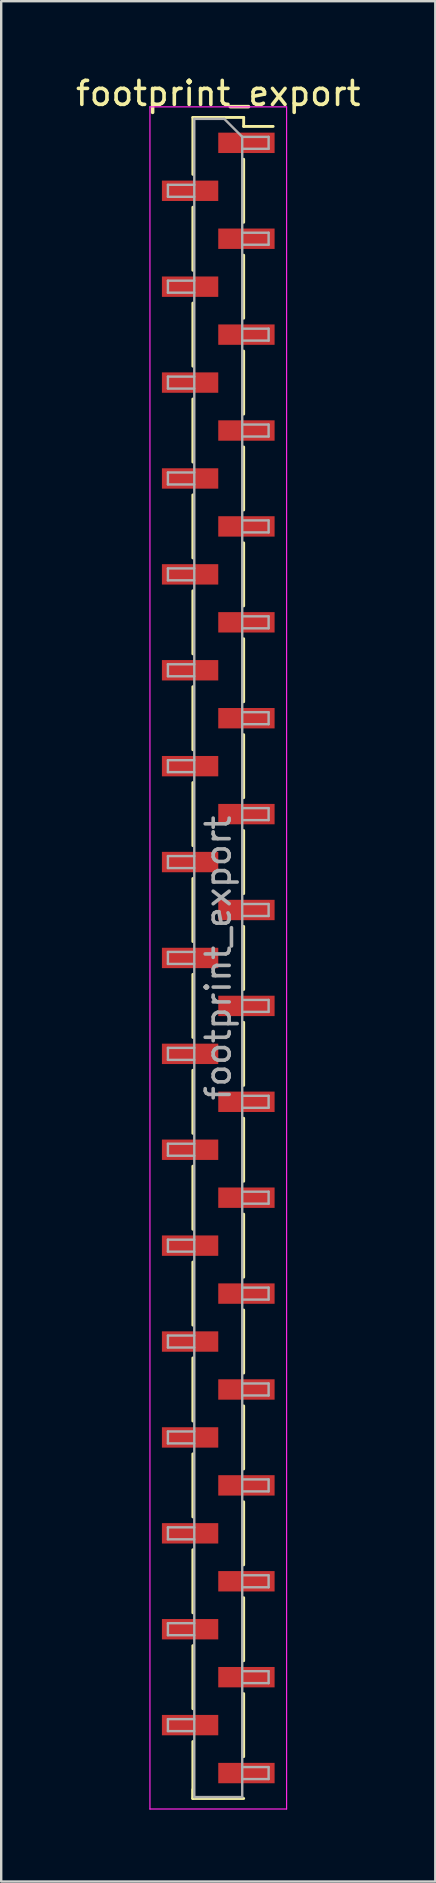
<source format=kicad_pcb>
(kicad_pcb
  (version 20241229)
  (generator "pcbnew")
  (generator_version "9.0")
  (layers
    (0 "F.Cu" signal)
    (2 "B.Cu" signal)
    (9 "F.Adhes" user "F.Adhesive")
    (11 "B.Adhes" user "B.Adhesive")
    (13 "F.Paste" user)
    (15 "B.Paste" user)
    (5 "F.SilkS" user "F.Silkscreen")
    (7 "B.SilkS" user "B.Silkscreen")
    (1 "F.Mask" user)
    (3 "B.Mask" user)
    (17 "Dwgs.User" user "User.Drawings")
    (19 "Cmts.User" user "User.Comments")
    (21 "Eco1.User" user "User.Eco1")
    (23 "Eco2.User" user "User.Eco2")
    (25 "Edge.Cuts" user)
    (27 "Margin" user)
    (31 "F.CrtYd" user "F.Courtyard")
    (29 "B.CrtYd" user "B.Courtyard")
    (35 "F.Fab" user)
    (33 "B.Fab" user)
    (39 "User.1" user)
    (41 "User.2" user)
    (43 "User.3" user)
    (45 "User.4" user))
  (footprint "footprint_export"
    (layer "F.Cu")
    (at 6.054 36.908)
    (property "Reference" "footprint_export" (at 0 -36.06 0) (layer "F.SilkS") (effects (font (size 1 1) (thickness 0.15))))
    (attr smd)
    (fp_line (start -1.06 -35.06) (end -1.06 -32.685) (stroke (width 0.12) (type solid)) (layer "F.SilkS"))
    (fp_line (start -1.06 -35.06) (end 1.06 -35.06) (stroke (width 0.12) (type solid)) (layer "F.SilkS"))
    (fp_line (start -1.06 -31.315) (end -1.06 -28.685) (stroke (width 0.12) (type solid)) (layer "F.SilkS"))
    (fp_line (start -1.06 -27.315) (end -1.06 -24.685) (stroke (width 0.12) (type solid)) (layer "F.SilkS"))
    (fp_line (start -1.06 -23.315) (end -1.06 -20.685) (stroke (width 0.12) (type solid)) (layer "F.SilkS"))
    (fp_line (start -1.06 -19.315) (end -1.06 -16.685) (stroke (width 0.12) (type solid)) (layer "F.SilkS"))
    (fp_line (start -1.06 -15.315) (end -1.06 -12.685) (stroke (width 0.12) (type solid)) (layer "F.SilkS"))
    (fp_line (start -1.06 -11.315) (end -1.06 -8.685) (stroke (width 0.12) (type solid)) (layer "F.SilkS"))
    (fp_line (start -1.06 -7.315) (end -1.06 -4.685) (stroke (width 0.12) (type solid)) (layer "F.SilkS"))
    (fp_line (start -1.06 -3.315) (end -1.06 -0.685) (stroke (width 0.12) (type solid)) (layer "F.SilkS"))
    (fp_line (start -1.06 0.685) (end -1.06 3.315) (stroke (width 0.12) (type solid)) (layer "F.SilkS"))
    (fp_line (start -1.06 4.685) (end -1.06 7.315) (stroke (width 0.12) (type solid)) (layer "F.SilkS"))
    (fp_line (start -1.06 8.685) (end -1.06 11.315) (stroke (width 0.12) (type solid)) (layer "F.SilkS"))
    (fp_line (start -1.06 12.685) (end -1.06 15.315) (stroke (width 0.12) (type solid)) (layer "F.SilkS"))
    (fp_line (start -1.06 16.685) (end -1.06 19.315) (stroke (width 0.12) (type solid)) (layer "F.SilkS"))
    (fp_line (start -1.06 20.685) (end -1.06 23.315) (stroke (width 0.12) (type solid)) (layer "F.SilkS"))
    (fp_line (start -1.06 24.685) (end -1.06 27.315) (stroke (width 0.12) (type solid)) (layer "F.SilkS"))
    (fp_line (start -1.06 28.685) (end -1.06 31.315) (stroke (width 0.12) (type solid)) (layer "F.SilkS"))
    (fp_line (start -1.06 32.685) (end -1.06 35.06) (stroke (width 0.12) (type solid)) (layer "F.SilkS"))
    (fp_line (start -1.06 34.685) (end -1.06 35.06) (stroke (width 0.12) (type solid)) (layer "F.SilkS"))
    (fp_line (start -1.06 35.06) (end 1.06 35.06) (stroke (width 0.12) (type solid)) (layer "F.SilkS"))
    (fp_line (start 1.06 -35.06) (end 1.06 -34.685) (stroke (width 0.12) (type solid)) (layer "F.SilkS"))
    (fp_line (start 1.06 -34.685) (end 2.29 -34.685) (stroke (width 0.12) (type solid)) (layer "F.SilkS"))
    (fp_line (start 1.06 -33.315) (end 1.06 -30.685) (stroke (width 0.12) (type solid)) (layer "F.SilkS"))
    (fp_line (start 1.06 -29.315) (end 1.06 -26.685) (stroke (width 0.12) (type solid)) (layer "F.SilkS"))
    (fp_line (start 1.06 -25.315) (end 1.06 -22.685) (stroke (width 0.12) (type solid)) (layer "F.SilkS"))
    (fp_line (start 1.06 -21.315) (end 1.06 -18.685) (stroke (width 0.12) (type solid)) (layer "F.SilkS"))
    (fp_line (start 1.06 -17.315) (end 1.06 -14.685) (stroke (width 0.12) (type solid)) (layer "F.SilkS"))
    (fp_line (start 1.06 -13.315) (end 1.06 -10.685) (stroke (width 0.12) (type solid)) (layer "F.SilkS"))
    (fp_line (start 1.06 -9.315) (end 1.06 -6.685) (stroke (width 0.12) (type solid)) (layer "F.SilkS"))
    (fp_line (start 1.06 -5.315) (end 1.06 -2.685) (stroke (width 0.12) (type solid)) (layer "F.SilkS"))
    (fp_line (start 1.06 -1.315) (end 1.06 1.315) (stroke (width 0.12) (type solid)) (layer "F.SilkS"))
    (fp_line (start 1.06 2.685) (end 1.06 5.315) (stroke (width 0.12) (type solid)) (layer "F.SilkS"))
    (fp_line (start 1.06 6.685) (end 1.06 9.315) (stroke (width 0.12) (type solid)) (layer "F.SilkS"))
    (fp_line (start 1.06 10.685) (end 1.06 13.315) (stroke (width 0.12) (type solid)) (layer "F.SilkS"))
    (fp_line (start 1.06 14.685) (end 1.06 17.315) (stroke (width 0.12) (type solid)) (layer "F.SilkS"))
    (fp_line (start 1.06 18.685) (end 1.06 21.315) (stroke (width 0.12) (type solid)) (layer "F.SilkS"))
    (fp_line (start 1.06 22.685) (end 1.06 25.315) (stroke (width 0.12) (type solid)) (layer "F.SilkS"))
    (fp_line (start 1.06 26.685) (end 1.06 29.315) (stroke (width 0.12) (type solid)) (layer "F.SilkS"))
    (fp_line (start 1.06 30.685) (end 1.06 33.315) (stroke (width 0.12) (type solid)) (layer "F.SilkS"))
    (fp_line (start -2.85 -35.5) (end -2.85 35.5) (stroke (width 0.05) (type solid)) (layer "F.CrtYd"))
    (fp_line (start -2.85 35.5) (end 2.85 35.5) (stroke (width 0.05) (type solid)) (layer "F.CrtYd"))
    (fp_line (start 2.85 -35.5) (end -2.85 -35.5) (stroke (width 0.05) (type solid)) (layer "F.CrtYd"))
    (fp_line (start 2.85 35.5) (end 2.85 -35.5) (stroke (width 0.05) (type solid)) (layer "F.CrtYd"))
    (fp_line (start -2.1 -32.25) (end -2.1 -31.75) (stroke (width 0.1) (type solid)) (layer "F.Fab"))
    (fp_line (start -2.1 -31.75) (end -1 -31.75) (stroke (width 0.1) (type solid)) (layer "F.Fab"))
    (fp_line (start -2.1 -28.25) (end -2.1 -27.75) (stroke (width 0.1) (type solid)) (layer "F.Fab"))
    (fp_line (start -2.1 -27.75) (end -1 -27.75) (stroke (width 0.1) (type solid)) (layer "F.Fab"))
    (fp_line (start -2.1 -24.25) (end -2.1 -23.75) (stroke (width 0.1) (type solid)) (layer "F.Fab"))
    (fp_line (start -2.1 -23.75) (end -1 -23.75) (stroke (width 0.1) (type solid)) (layer "F.Fab"))
    (fp_line (start -2.1 -20.25) (end -2.1 -19.75) (stroke (width 0.1) (type solid)) (layer "F.Fab"))
    (fp_line (start -2.1 -19.75) (end -1 -19.75) (stroke (width 0.1) (type solid)) (layer "F.Fab"))
    (fp_line (start -2.1 -16.25) (end -2.1 -15.75) (stroke (width 0.1) (type solid)) (layer "F.Fab"))
    (fp_line (start -2.1 -15.75) (end -1 -15.75) (stroke (width 0.1) (type solid)) (layer "F.Fab"))
    (fp_line (start -2.1 -12.25) (end -2.1 -11.75) (stroke (width 0.1) (type solid)) (layer "F.Fab"))
    (fp_line (start -2.1 -11.75) (end -1 -11.75) (stroke (width 0.1) (type solid)) (layer "F.Fab"))
    (fp_line (start -2.1 -8.25) (end -2.1 -7.75) (stroke (width 0.1) (type solid)) (layer "F.Fab"))
    (fp_line (start -2.1 -7.75) (end -1 -7.75) (stroke (width 0.1) (type solid)) (layer "F.Fab"))
    (fp_line (start -2.1 -4.25) (end -2.1 -3.75) (stroke (width 0.1) (type solid)) (layer "F.Fab"))
    (fp_line (start -2.1 -3.75) (end -1 -3.75) (stroke (width 0.1) (type solid)) (layer "F.Fab"))
    (fp_line (start -2.1 -0.25) (end -2.1 0.25) (stroke (width 0.1) (type solid)) (layer "F.Fab"))
    (fp_line (start -2.1 0.25) (end -1 0.25) (stroke (width 0.1) (type solid)) (layer "F.Fab"))
    (fp_line (start -2.1 3.75) (end -2.1 4.25) (stroke (width 0.1) (type solid)) (layer "F.Fab"))
    (fp_line (start -2.1 4.25) (end -1 4.25) (stroke (width 0.1) (type solid)) (layer "F.Fab"))
    (fp_line (start -2.1 7.75) (end -2.1 8.25) (stroke (width 0.1) (type solid)) (layer "F.Fab"))
    (fp_line (start -2.1 8.25) (end -1 8.25) (stroke (width 0.1) (type solid)) (layer "F.Fab"))
    (fp_line (start -2.1 11.75) (end -2.1 12.25) (stroke (width 0.1) (type solid)) (layer "F.Fab"))
    (fp_line (start -2.1 12.25) (end -1 12.25) (stroke (width 0.1) (type solid)) (layer "F.Fab"))
    (fp_line (start -2.1 15.75) (end -2.1 16.25) (stroke (width 0.1) (type solid)) (layer "F.Fab"))
    (fp_line (start -2.1 16.25) (end -1 16.25) (stroke (width 0.1) (type solid)) (layer "F.Fab"))
    (fp_line (start -2.1 19.75) (end -2.1 20.25) (stroke (width 0.1) (type solid)) (layer "F.Fab"))
    (fp_line (start -2.1 20.25) (end -1 20.25) (stroke (width 0.1) (type solid)) (layer "F.Fab"))
    (fp_line (start -2.1 23.75) (end -2.1 24.25) (stroke (width 0.1) (type solid)) (layer "F.Fab"))
    (fp_line (start -2.1 24.25) (end -1 24.25) (stroke (width 0.1) (type solid)) (layer "F.Fab"))
    (fp_line (start -2.1 27.75) (end -2.1 28.25) (stroke (width 0.1) (type solid)) (layer "F.Fab"))
    (fp_line (start -2.1 28.25) (end -1 28.25) (stroke (width 0.1) (type solid)) (layer "F.Fab"))
    (fp_line (start -2.1 31.75) (end -2.1 32.25) (stroke (width 0.1) (type solid)) (layer "F.Fab"))
    (fp_line (start -2.1 32.25) (end -1 32.25) (stroke (width 0.1) (type solid)) (layer "F.Fab"))
    (fp_line (start -1 -35) (end -1 35) (stroke (width 0.1) (type solid)) (layer "F.Fab"))
    (fp_line (start -1 -35) (end 0.25 -35) (stroke (width 0.1) (type solid)) (layer "F.Fab"))
    (fp_line (start -1 -32.25) (end -2.1 -32.25) (stroke (width 0.1) (type solid)) (layer "F.Fab"))
    (fp_line (start -1 -28.25) (end -2.1 -28.25) (stroke (width 0.1) (type solid)) (layer "F.Fab"))
    (fp_line (start -1 -24.25) (end -2.1 -24.25) (stroke (width 0.1) (type solid)) (layer "F.Fab"))
    (fp_line (start -1 -20.25) (end -2.1 -20.25) (stroke (width 0.1) (type solid)) (layer "F.Fab"))
    (fp_line (start -1 -16.25) (end -2.1 -16.25) (stroke (width 0.1) (type solid)) (layer "F.Fab"))
    (fp_line (start -1 -12.25) (end -2.1 -12.25) (stroke (width 0.1) (type solid)) (layer "F.Fab"))
    (fp_line (start -1 -8.25) (end -2.1 -8.25) (stroke (width 0.1) (type solid)) (layer "F.Fab"))
    (fp_line (start -1 -4.25) (end -2.1 -4.25) (stroke (width 0.1) (type solid)) (layer "F.Fab"))
    (fp_line (start -1 -0.25) (end -2.1 -0.25) (stroke (width 0.1) (type solid)) (layer "F.Fab"))
    (fp_line (start -1 3.75) (end -2.1 3.75) (stroke (width 0.1) (type solid)) (layer "F.Fab"))
    (fp_line (start -1 7.75) (end -2.1 7.75) (stroke (width 0.1) (type solid)) (layer "F.Fab"))
    (fp_line (start -1 11.75) (end -2.1 11.75) (stroke (width 0.1) (type solid)) (layer "F.Fab"))
    (fp_line (start -1 15.75) (end -2.1 15.75) (stroke (width 0.1) (type solid)) (layer "F.Fab"))
    (fp_line (start -1 19.75) (end -2.1 19.75) (stroke (width 0.1) (type solid)) (layer "F.Fab"))
    (fp_line (start -1 23.75) (end -2.1 23.75) (stroke (width 0.1) (type solid)) (layer "F.Fab"))
    (fp_line (start -1 27.75) (end -2.1 27.75) (stroke (width 0.1) (type solid)) (layer "F.Fab"))
    (fp_line (start -1 31.75) (end -2.1 31.75) (stroke (width 0.1) (type solid)) (layer "F.Fab"))
    (fp_line (start 1 -34.25) (end 0.25 -35) (stroke (width 0.1) (type solid)) (layer "F.Fab"))
    (fp_line (start 1 -34.25) (end 2.1 -34.25) (stroke (width 0.1) (type solid)) (layer "F.Fab"))
    (fp_line (start 1 -30.25) (end 2.1 -30.25) (stroke (width 0.1) (type solid)) (layer "F.Fab"))
    (fp_line (start 1 -26.25) (end 2.1 -26.25) (stroke (width 0.1) (type solid)) (layer "F.Fab"))
    (fp_line (start 1 -22.25) (end 2.1 -22.25) (stroke (width 0.1) (type solid)) (layer "F.Fab"))
    (fp_line (start 1 -18.25) (end 2.1 -18.25) (stroke (width 0.1) (type solid)) (layer "F.Fab"))
    (fp_line (start 1 -14.25) (end 2.1 -14.25) (stroke (width 0.1) (type solid)) (layer "F.Fab"))
    (fp_line (start 1 -10.25) (end 2.1 -10.25) (stroke (width 0.1) (type solid)) (layer "F.Fab"))
    (fp_line (start 1 -6.25) (end 2.1 -6.25) (stroke (width 0.1) (type solid)) (layer "F.Fab"))
    (fp_line (start 1 -2.25) (end 2.1 -2.25) (stroke (width 0.1) (type solid)) (layer "F.Fab"))
    (fp_line (start 1 1.75) (end 2.1 1.75) (stroke (width 0.1) (type solid)) (layer "F.Fab"))
    (fp_line (start 1 5.75) (end 2.1 5.75) (stroke (width 0.1) (type solid)) (layer "F.Fab"))
    (fp_line (start 1 9.75) (end 2.1 9.75) (stroke (width 0.1) (type solid)) (layer "F.Fab"))
    (fp_line (start 1 13.75) (end 2.1 13.75) (stroke (width 0.1) (type solid)) (layer "F.Fab"))
    (fp_line (start 1 17.75) (end 2.1 17.75) (stroke (width 0.1) (type solid)) (layer "F.Fab"))
    (fp_line (start 1 21.75) (end 2.1 21.75) (stroke (width 0.1) (type solid)) (layer "F.Fab"))
    (fp_line (start 1 25.75) (end 2.1 25.75) (stroke (width 0.1) (type solid)) (layer "F.Fab"))
    (fp_line (start 1 29.75) (end 2.1 29.75) (stroke (width 0.1) (type solid)) (layer "F.Fab"))
    (fp_line (start 1 33.75) (end 2.1 33.75) (stroke (width 0.1) (type solid)) (layer "F.Fab"))
    (fp_line (start 1 35) (end -1 35) (stroke (width 0.1) (type solid)) (layer "F.Fab"))
    (fp_line (start 1 35) (end 1 -34.25) (stroke (width 0.1) (type solid)) (layer "F.Fab"))
    (fp_line (start 2.1 -34.25) (end 2.1 -33.75) (stroke (width 0.1) (type solid)) (layer "F.Fab"))
    (fp_line (start 2.1 -33.75) (end 1 -33.75) (stroke (width 0.1) (type solid)) (layer "F.Fab"))
    (fp_line (start 2.1 -30.25) (end 2.1 -29.75) (stroke (width 0.1) (type solid)) (layer "F.Fab"))
    (fp_line (start 2.1 -29.75) (end 1 -29.75) (stroke (width 0.1) (type solid)) (layer "F.Fab"))
    (fp_line (start 2.1 -26.25) (end 2.1 -25.75) (stroke (width 0.1) (type solid)) (layer "F.Fab"))
    (fp_line (start 2.1 -25.75) (end 1 -25.75) (stroke (width 0.1) (type solid)) (layer "F.Fab"))
    (fp_line (start 2.1 -22.25) (end 2.1 -21.75) (stroke (width 0.1) (type solid)) (layer "F.Fab"))
    (fp_line (start 2.1 -21.75) (end 1 -21.75) (stroke (width 0.1) (type solid)) (layer "F.Fab"))
    (fp_line (start 2.1 -18.25) (end 2.1 -17.75) (stroke (width 0.1) (type solid)) (layer "F.Fab"))
    (fp_line (start 2.1 -17.75) (end 1 -17.75) (stroke (width 0.1) (type solid)) (layer "F.Fab"))
    (fp_line (start 2.1 -14.25) (end 2.1 -13.75) (stroke (width 0.1) (type solid)) (layer "F.Fab"))
    (fp_line (start 2.1 -13.75) (end 1 -13.75) (stroke (width 0.1) (type solid)) (layer "F.Fab"))
    (fp_line (start 2.1 -10.25) (end 2.1 -9.75) (stroke (width 0.1) (type solid)) (layer "F.Fab"))
    (fp_line (start 2.1 -9.75) (end 1 -9.75) (stroke (width 0.1) (type solid)) (layer "F.Fab"))
    (fp_line (start 2.1 -6.25) (end 2.1 -5.75) (stroke (width 0.1) (type solid)) (layer "F.Fab"))
    (fp_line (start 2.1 -5.75) (end 1 -5.75) (stroke (width 0.1) (type solid)) (layer "F.Fab"))
    (fp_line (start 2.1 -2.25) (end 2.1 -1.75) (stroke (width 0.1) (type solid)) (layer "F.Fab"))
    (fp_line (start 2.1 -1.75) (end 1 -1.75) (stroke (width 0.1) (type solid)) (layer "F.Fab"))
    (fp_line (start 2.1 1.75) (end 2.1 2.25) (stroke (width 0.1) (type solid)) (layer "F.Fab"))
    (fp_line (start 2.1 2.25) (end 1 2.25) (stroke (width 0.1) (type solid)) (layer "F.Fab"))
    (fp_line (start 2.1 5.75) (end 2.1 6.25) (stroke (width 0.1) (type solid)) (layer "F.Fab"))
    (fp_line (start 2.1 6.25) (end 1 6.25) (stroke (width 0.1) (type solid)) (layer "F.Fab"))
    (fp_line (start 2.1 9.75) (end 2.1 10.25) (stroke (width 0.1) (type solid)) (layer "F.Fab"))
    (fp_line (start 2.1 10.25) (end 1 10.25) (stroke (width 0.1) (type solid)) (layer "F.Fab"))
    (fp_line (start 2.1 13.75) (end 2.1 14.25) (stroke (width 0.1) (type solid)) (layer "F.Fab"))
    (fp_line (start 2.1 14.25) (end 1 14.25) (stroke (width 0.1) (type solid)) (layer "F.Fab"))
    (fp_line (start 2.1 17.75) (end 2.1 18.25) (stroke (width 0.1) (type solid)) (layer "F.Fab"))
    (fp_line (start 2.1 18.25) (end 1 18.25) (stroke (width 0.1) (type solid)) (layer "F.Fab"))
    (fp_line (start 2.1 21.75) (end 2.1 22.25) (stroke (width 0.1) (type solid)) (layer "F.Fab"))
    (fp_line (start 2.1 22.25) (end 1 22.25) (stroke (width 0.1) (type solid)) (layer "F.Fab"))
    (fp_line (start 2.1 25.75) (end 2.1 26.25) (stroke (width 0.1) (type solid)) (layer "F.Fab"))
    (fp_line (start 2.1 26.25) (end 1 26.25) (stroke (width 0.1) (type solid)) (layer "F.Fab"))
    (fp_line (start 2.1 29.75) (end 2.1 30.25) (stroke (width 0.1) (type solid)) (layer "F.Fab"))
    (fp_line (start 2.1 30.25) (end 1 30.25) (stroke (width 0.1) (type solid)) (layer "F.Fab"))
    (fp_line (start 2.1 33.75) (end 2.1 34.25) (stroke (width 0.1) (type solid)) (layer "F.Fab"))
    (fp_line (start 2.1 34.25) (end 1 34.25) (stroke (width 0.1) (type solid)) (layer "F.Fab"))
    (fp_text user "${REFERENCE}" (at 0 0 90) (layer "F.Fab") (effects (font (size 1 1) (thickness 0.15))))
    (pad "1" smd rect (at 1.175 -34) (size 2.35 0.85) (layers "F.Cu" "F.Mask" "F.Paste"))
    (pad "2" smd rect (at -1.175 -32) (size 2.35 0.85) (layers "F.Cu" "F.Mask" "F.Paste"))
    (pad "3" smd rect (at 1.175 -30) (size 2.35 0.85) (layers "F.Cu" "F.Mask" "F.Paste"))
    (pad "4" smd rect (at -1.175 -28) (size 2.35 0.85) (layers "F.Cu" "F.Mask" "F.Paste"))
    (pad "5" smd rect (at 1.175 -26) (size 2.35 0.85) (layers "F.Cu" "F.Mask" "F.Paste"))
    (pad "6" smd rect (at -1.175 -24) (size 2.35 0.85) (layers "F.Cu" "F.Mask" "F.Paste"))
    (pad "7" smd rect (at 1.175 -22) (size 2.35 0.85) (layers "F.Cu" "F.Mask" "F.Paste"))
    (pad "8" smd rect (at -1.175 -20) (size 2.35 0.85) (layers "F.Cu" "F.Mask" "F.Paste"))
    (pad "9" smd rect (at 1.175 -18) (size 2.35 0.85) (layers "F.Cu" "F.Mask" "F.Paste"))
    (pad "10" smd rect (at -1.175 -16) (size 2.35 0.85) (layers "F.Cu" "F.Mask" "F.Paste"))
    (pad "11" smd rect (at 1.175 -14) (size 2.35 0.85) (layers "F.Cu" "F.Mask" "F.Paste"))
    (pad "12" smd rect (at -1.175 -12) (size 2.35 0.85) (layers "F.Cu" "F.Mask" "F.Paste"))
    (pad "13" smd rect (at 1.175 -10) (size 2.35 0.85) (layers "F.Cu" "F.Mask" "F.Paste"))
    (pad "14" smd rect (at -1.175 -8) (size 2.35 0.85) (layers "F.Cu" "F.Mask" "F.Paste"))
    (pad "15" smd rect (at 1.175 -6) (size 2.35 0.85) (layers "F.Cu" "F.Mask" "F.Paste"))
    (pad "16" smd rect (at -1.175 -4) (size 2.35 0.85) (layers "F.Cu" "F.Mask" "F.Paste"))
    (pad "17" smd rect (at 1.175 -2) (size 2.35 0.85) (layers "F.Cu" "F.Mask" "F.Paste"))
    (pad "18" smd rect (at -1.175 0) (size 2.35 0.85) (layers "F.Cu" "F.Mask" "F.Paste"))
    (pad "19" smd rect (at 1.175 2) (size 2.35 0.85) (layers "F.Cu" "F.Mask" "F.Paste"))
    (pad "20" smd rect (at -1.175 4) (size 2.35 0.85) (layers "F.Cu" "F.Mask" "F.Paste"))
    (pad "21" smd rect (at 1.175 6) (size 2.35 0.85) (layers "F.Cu" "F.Mask" "F.Paste"))
    (pad "22" smd rect (at -1.175 8) (size 2.35 0.85) (layers "F.Cu" "F.Mask" "F.Paste"))
    (pad "23" smd rect (at 1.175 10) (size 2.35 0.85) (layers "F.Cu" "F.Mask" "F.Paste"))
    (pad "24" smd rect (at -1.175 12) (size 2.35 0.85) (layers "F.Cu" "F.Mask" "F.Paste"))
    (pad "25" smd rect (at 1.175 14) (size 2.35 0.85) (layers "F.Cu" "F.Mask" "F.Paste"))
    (pad "26" smd rect (at -1.175 16) (size 2.35 0.85) (layers "F.Cu" "F.Mask" "F.Paste"))
    (pad "27" smd rect (at 1.175 18) (size 2.35 0.85) (layers "F.Cu" "F.Mask" "F.Paste"))
    (pad "28" smd rect (at -1.175 20) (size 2.35 0.85) (layers "F.Cu" "F.Mask" "F.Paste"))
    (pad "29" smd rect (at 1.175 22) (size 2.35 0.85) (layers "F.Cu" "F.Mask" "F.Paste"))
    (pad "30" smd rect (at -1.175 24) (size 2.35 0.85) (layers "F.Cu" "F.Mask" "F.Paste"))
    (pad "31" smd rect (at 1.175 26) (size 2.35 0.85) (layers "F.Cu" "F.Mask" "F.Paste"))
    (pad "32" smd rect (at -1.175 28) (size 2.35 0.85) (layers "F.Cu" "F.Mask" "F.Paste"))
    (pad "33" smd rect (at 1.175 30) (size 2.35 0.85) (layers "F.Cu" "F.Mask" "F.Paste"))
    (pad "34" smd rect (at -1.175 32) (size 2.35 0.85) (layers "F.Cu" "F.Mask" "F.Paste"))
    (pad "35" smd rect (at 1.175 34) (size 2.35 0.85) (layers "F.Cu" "F.Mask" "F.Paste")))
  (gr_rect
    (start -3 -3)
    (end 15.107 75.433)
    (stroke (width 0.1) (type default))
    (fill no)
    (layer "Edge.Cuts")))
</source>
